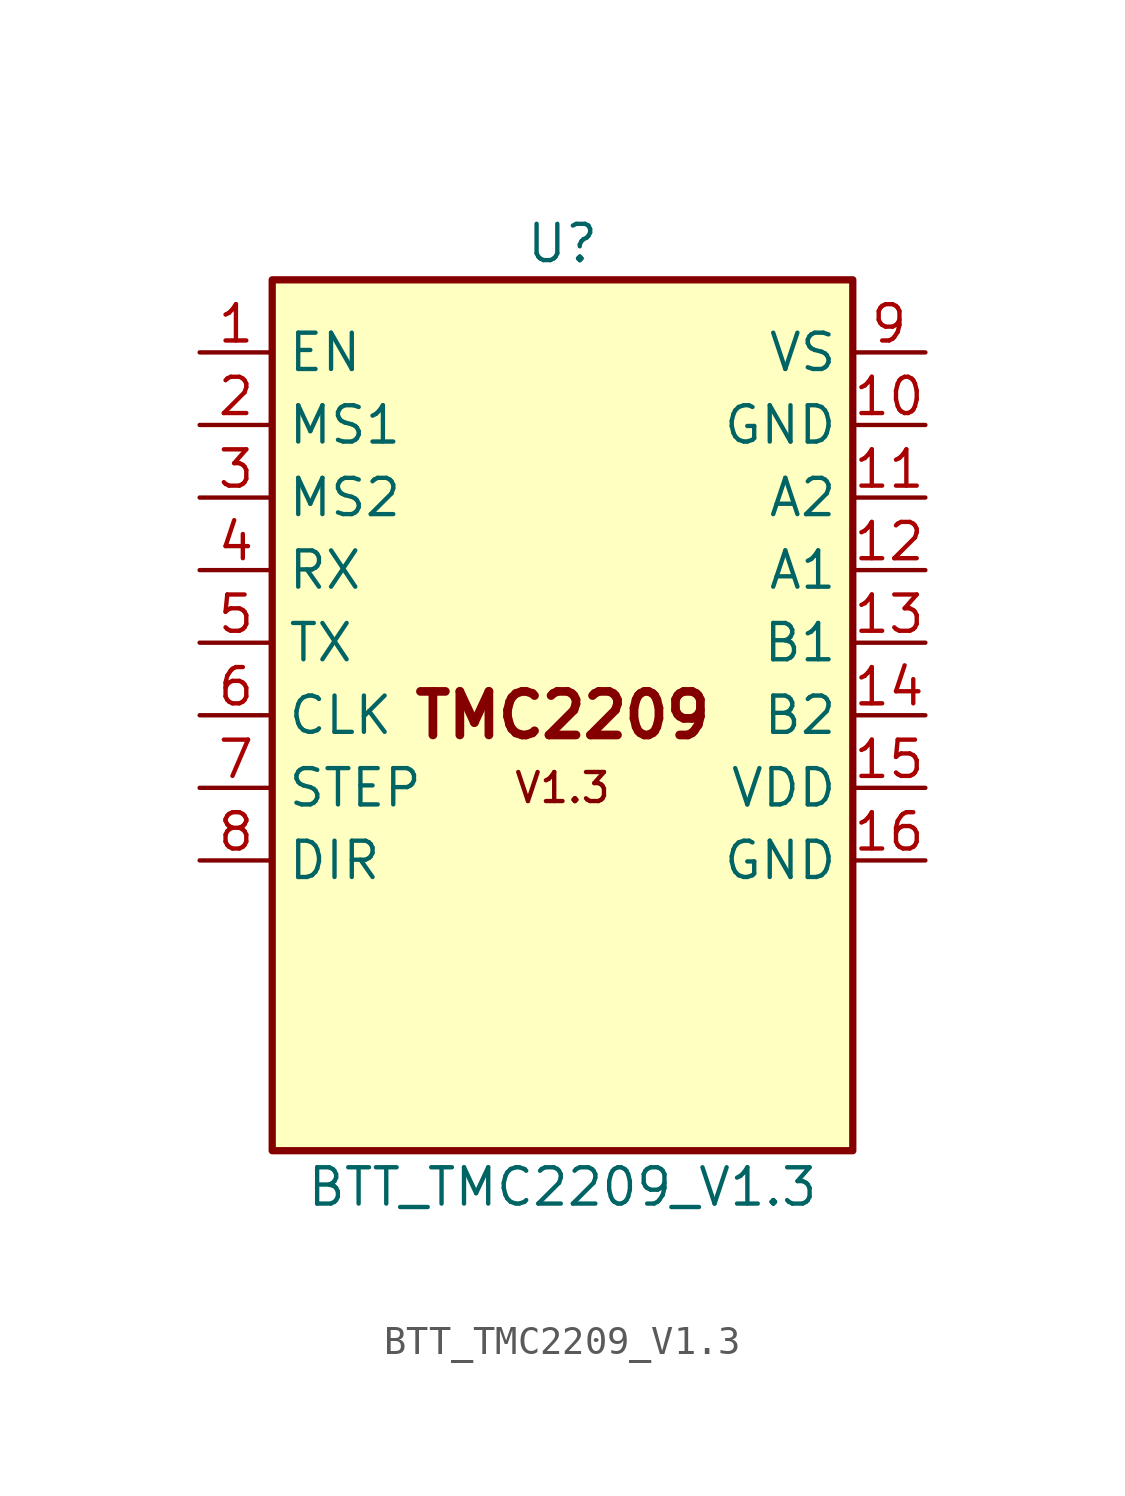
<source format=kicad_sym>
(kicad_symbol_lib
  (version 20231120)
  (generator "kicad_symbol_editor")
  (generator_version "8.0")
  (symbol "BTT_TMC2209_V1.3"
    (property "Reference" "U"
      (at 0 16.51 0)
      (effects (font (size 1.27 1.27))))
    (property "Value" "BTT_TMC2209_V1.3"
      (at 0 -16.51 0)
      (effects (font (size 1.27 1.27))))
    (symbol "BTT_TMC2209_V1.3_0_1"
      (rectangle (start -10.16 15.24) (end 10.16 -15.24) (stroke (width 0.254) (type default)) (fill (type background)))
      (text "TMC2209" (at 0 0 0) (effects (font (size 1.524 1.524) bold)))
      (text "V1.3" (at 0 -2.54 0) (effects (font (size 1.016 1.016)))))
    (symbol "BTT_TMC2209_V1.3_1_1"
      (pin input line (at -12.7 12.7 0) (length 2.54) (name "EN" (effects (font (size 1.27 1.27)))) (number "1" (effects (font (size 1.27 1.27)))))
      (pin bidirectional line (at -12.7 10.16 0) (length 2.54) (name "MS1" (effects (font (size 1.27 1.27)))) (number "2" (effects (font (size 1.27 1.27)))))
      (pin bidirectional line (at -12.7 7.62 0) (length 2.54) (name "MS2" (effects (font (size 1.27 1.27)))) (number "3" (effects (font (size 1.27 1.27)))))
      (pin bidirectional line (at -12.7 5.08 0) (length 2.54) (name "RX" (effects (font (size 1.27 1.27)))) (number "4" (effects (font (size 1.27 1.27)))))
      (pin output line (at -12.7 2.54 0) (length 2.54) (name "TX" (effects (font (size 1.27 1.27)))) (number "5" (effects (font (size 1.27 1.27)))))
      (pin input line (at -12.7 0 0) (length 2.54) (name "CLK" (effects (font (size 1.27 1.27)))) (number "6" (effects (font (size 1.27 1.27)))))
      (pin input line (at -12.7 -2.54 0) (length 2.54) (name "STEP" (effects (font (size 1.27 1.27)))) (number "7" (effects (font (size 1.27 1.27)))))
      (pin input line (at -12.7 -5.08 0) (length 2.54) (name "DIR" (effects (font (size 1.27 1.27)))) (number "8" (effects (font (size 1.27 1.27)))))
      (pin power_in line (at 12.7 12.7 180) (length 2.54) (name "VS" (effects (font (size 1.27 1.27)))) (number "9" (effects (font (size 1.27 1.27)))))
      (pin power_in line (at 12.7 10.16 180) (length 2.54) (name "GND" (effects (font (size 1.27 1.27)))) (number "10" (effects (font (size 1.27 1.27)))))
      (pin output line (at 12.7 7.62 180) (length 2.54) (name "A2" (effects (font (size 1.27 1.27)))) (number "11" (effects (font (size 1.27 1.27)))))
      (pin output line (at 12.7 5.08 180) (length 2.54) (name "A1" (effects (font (size 1.27 1.27)))) (number "12" (effects (font (size 1.27 1.27)))))
      (pin output line (at 12.7 2.54 180) (length 2.54) (name "B1" (effects (font (size 1.27 1.27)))) (number "13" (effects (font (size 1.27 1.27)))))
      (pin output line (at 12.7 0 180) (length 2.54) (name "B2" (effects (font (size 1.27 1.27)))) (number "14" (effects (font (size 1.27 1.27)))))
      (pin power_in line (at 12.7 -2.54 180) (length 2.54) (name "VDD" (effects (font (size 1.27 1.27)))) (number "15" (effects (font (size 1.27 1.27)))))
      (pin power_in line (at 12.7 -5.08 180) (length 2.54) (name "GND" (effects (font (size 1.27 1.27)))) (number "16" (effects (font (size 1.27 1.27))))))))
</source>
